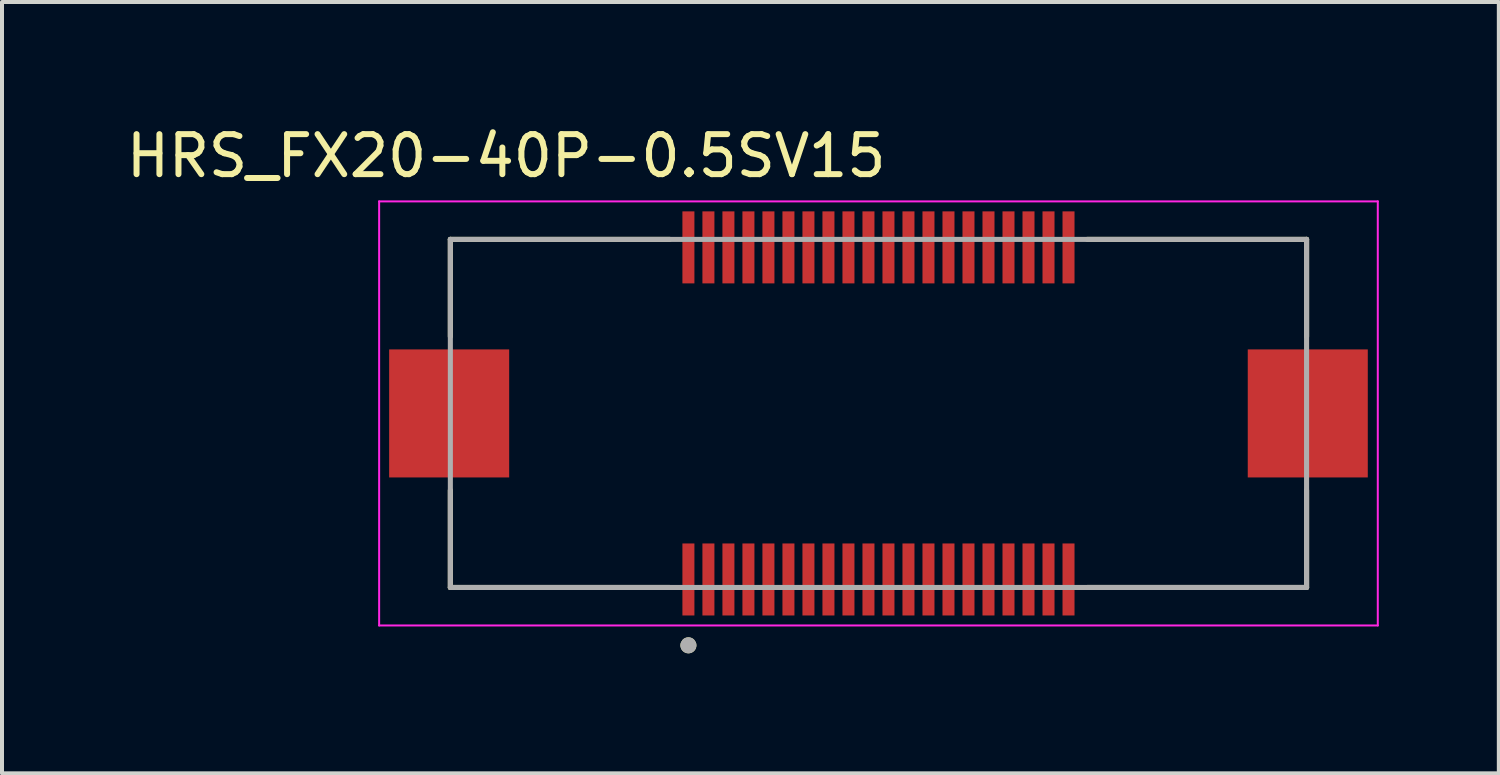
<source format=kicad_pcb>
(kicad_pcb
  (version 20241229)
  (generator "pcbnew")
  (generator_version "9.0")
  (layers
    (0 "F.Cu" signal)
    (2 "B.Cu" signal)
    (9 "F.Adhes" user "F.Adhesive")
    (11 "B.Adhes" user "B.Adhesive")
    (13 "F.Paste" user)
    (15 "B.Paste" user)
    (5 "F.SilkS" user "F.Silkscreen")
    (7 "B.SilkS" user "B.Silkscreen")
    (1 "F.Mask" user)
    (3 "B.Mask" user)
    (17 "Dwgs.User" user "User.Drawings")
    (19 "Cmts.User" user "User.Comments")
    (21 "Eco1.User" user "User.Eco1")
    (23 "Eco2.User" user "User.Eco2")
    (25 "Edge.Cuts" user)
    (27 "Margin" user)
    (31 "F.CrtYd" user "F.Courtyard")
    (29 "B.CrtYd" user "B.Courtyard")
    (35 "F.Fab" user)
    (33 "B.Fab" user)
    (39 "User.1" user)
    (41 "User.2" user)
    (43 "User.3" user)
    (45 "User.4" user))
  (footprint "HRS_FX20-40P-0.5SV15"
    (layer "F.Cu")
    (at 18.906 7.283)
    (property "Reference" "HRS_FX20-40P-0.5SV15" (at -9.305 -6.435 0) (layer "F.SilkS") (effects (font (size 1 1) (thickness 0.15))))
    (attr smd)
    (fp_poly (pts (xy -4.95 -5.1) (xy -4.55 -5.1) (xy -4.55 -3.2) (xy -4.95 -3.2)) (stroke (width 0.01) (type solid)) (fill yes) (layer "F.Mask"))
    (fp_poly (pts (xy -4.95 3.2) (xy -4.55 3.2) (xy -4.55 5.1) (xy -4.95 5.1)) (stroke (width 0.01) (type solid)) (fill yes) (layer "F.Mask"))
    (fp_poly (pts (xy -4.45 -5.1) (xy -4.05 -5.1) (xy -4.05 -3.2) (xy -4.45 -3.2)) (stroke (width 0.01) (type solid)) (fill yes) (layer "F.Mask"))
    (fp_poly (pts (xy -4.45 3.2) (xy -4.05 3.2) (xy -4.05 5.1) (xy -4.45 5.1)) (stroke (width 0.01) (type solid)) (fill yes) (layer "F.Mask"))
    (fp_poly (pts (xy -3.95 -5.1) (xy -3.55 -5.1) (xy -3.55 -3.2) (xy -3.95 -3.2)) (stroke (width 0.01) (type solid)) (fill yes) (layer "F.Mask"))
    (fp_poly (pts (xy -3.95 3.2) (xy -3.55 3.2) (xy -3.55 5.1) (xy -3.95 5.1)) (stroke (width 0.01) (type solid)) (fill yes) (layer "F.Mask"))
    (fp_poly (pts (xy -3.45 -5.1) (xy -3.05 -5.1) (xy -3.05 -3.2) (xy -3.45 -3.2)) (stroke (width 0.01) (type solid)) (fill yes) (layer "F.Mask"))
    (fp_poly (pts (xy -3.45 3.2) (xy -3.05 3.2) (xy -3.05 5.1) (xy -3.45 5.1)) (stroke (width 0.01) (type solid)) (fill yes) (layer "F.Mask"))
    (fp_poly (pts (xy -2.95 -5.1) (xy -2.55 -5.1) (xy -2.55 -3.2) (xy -2.95 -3.2)) (stroke (width 0.01) (type solid)) (fill yes) (layer "F.Mask"))
    (fp_poly (pts (xy -2.95 3.2) (xy -2.55 3.2) (xy -2.55 5.1) (xy -2.95 5.1)) (stroke (width 0.01) (type solid)) (fill yes) (layer "F.Mask"))
    (fp_poly (pts (xy -2.45 -5.1) (xy -2.05 -5.1) (xy -2.05 -3.2) (xy -2.45 -3.2)) (stroke (width 0.01) (type solid)) (fill yes) (layer "F.Mask"))
    (fp_poly (pts (xy -2.45 3.2) (xy -2.05 3.2) (xy -2.05 5.1) (xy -2.45 5.1)) (stroke (width 0.01) (type solid)) (fill yes) (layer "F.Mask"))
    (fp_poly (pts (xy -1.95 -5.1) (xy -1.55 -5.1) (xy -1.55 -3.2) (xy -1.95 -3.2)) (stroke (width 0.01) (type solid)) (fill yes) (layer "F.Mask"))
    (fp_poly (pts (xy -1.95 3.2) (xy -1.55 3.2) (xy -1.55 5.1) (xy -1.95 5.1)) (stroke (width 0.01) (type solid)) (fill yes) (layer "F.Mask"))
    (fp_poly (pts (xy -1.45 -5.1) (xy -1.05 -5.1) (xy -1.05 -3.2) (xy -1.45 -3.2)) (stroke (width 0.01) (type solid)) (fill yes) (layer "F.Mask"))
    (fp_poly (pts (xy -1.45 3.2) (xy -1.05 3.2) (xy -1.05 5.1) (xy -1.45 5.1)) (stroke (width 0.01) (type solid)) (fill yes) (layer "F.Mask"))
    (fp_poly (pts (xy -0.95 -5.1) (xy -0.55 -5.1) (xy -0.55 -3.2) (xy -0.95 -3.2)) (stroke (width 0.01) (type solid)) (fill yes) (layer "F.Mask"))
    (fp_poly (pts (xy -0.95 3.2) (xy -0.55 3.2) (xy -0.55 5.1) (xy -0.95 5.1)) (stroke (width 0.01) (type solid)) (fill yes) (layer "F.Mask"))
    (fp_poly (pts (xy -0.45 -5.1) (xy -0.05 -5.1) (xy -0.05 -3.2) (xy -0.45 -3.2)) (stroke (width 0.01) (type solid)) (fill yes) (layer "F.Mask"))
    (fp_poly (pts (xy -0.45 3.2) (xy -0.05 3.2) (xy -0.05 5.1) (xy -0.45 5.1)) (stroke (width 0.01) (type solid)) (fill yes) (layer "F.Mask"))
    (fp_poly (pts (xy 0.05 -5.1) (xy 0.45 -5.1) (xy 0.45 -3.2) (xy 0.05 -3.2)) (stroke (width 0.01) (type solid)) (fill yes) (layer "F.Mask"))
    (fp_poly (pts (xy 0.05 3.2) (xy 0.45 3.2) (xy 0.45 5.1) (xy 0.05 5.1)) (stroke (width 0.01) (type solid)) (fill yes) (layer "F.Mask"))
    (fp_poly (pts (xy 0.55 -5.1) (xy 0.95 -5.1) (xy 0.95 -3.2) (xy 0.55 -3.2)) (stroke (width 0.01) (type solid)) (fill yes) (layer "F.Mask"))
    (fp_poly (pts (xy 0.55 3.2) (xy 0.95 3.2) (xy 0.95 5.1) (xy 0.55 5.1)) (stroke (width 0.01) (type solid)) (fill yes) (layer "F.Mask"))
    (fp_poly (pts (xy 1.05 -5.1) (xy 1.45 -5.1) (xy 1.45 -3.2) (xy 1.05 -3.2)) (stroke (width 0.01) (type solid)) (fill yes) (layer "F.Mask"))
    (fp_poly (pts (xy 1.05 3.2) (xy 1.45 3.2) (xy 1.45 5.1) (xy 1.05 5.1)) (stroke (width 0.01) (type solid)) (fill yes) (layer "F.Mask"))
    (fp_poly (pts (xy 1.55 -5.1) (xy 1.95 -5.1) (xy 1.95 -3.2) (xy 1.55 -3.2)) (stroke (width 0.01) (type solid)) (fill yes) (layer "F.Mask"))
    (fp_poly (pts (xy 1.55 3.2) (xy 1.95 3.2) (xy 1.95 5.1) (xy 1.55 5.1)) (stroke (width 0.01) (type solid)) (fill yes) (layer "F.Mask"))
    (fp_poly (pts (xy 2.05 -5.1) (xy 2.45 -5.1) (xy 2.45 -3.2) (xy 2.05 -3.2)) (stroke (width 0.01) (type solid)) (fill yes) (layer "F.Mask"))
    (fp_poly (pts (xy 2.05 3.2) (xy 2.45 3.2) (xy 2.45 5.1) (xy 2.05 5.1)) (stroke (width 0.01) (type solid)) (fill yes) (layer "F.Mask"))
    (fp_poly (pts (xy 2.55 -5.1) (xy 2.95 -5.1) (xy 2.95 -3.2) (xy 2.55 -3.2)) (stroke (width 0.01) (type solid)) (fill yes) (layer "F.Mask"))
    (fp_poly (pts (xy 2.55 3.2) (xy 2.95 3.2) (xy 2.95 5.1) (xy 2.55 5.1)) (stroke (width 0.01) (type solid)) (fill yes) (layer "F.Mask"))
    (fp_poly (pts (xy 3.05 -5.1) (xy 3.45 -5.1) (xy 3.45 -3.2) (xy 3.05 -3.2)) (stroke (width 0.01) (type solid)) (fill yes) (layer "F.Mask"))
    (fp_poly (pts (xy 3.05 3.2) (xy 3.45 3.2) (xy 3.45 5.1) (xy 3.05 5.1)) (stroke (width 0.01) (type solid)) (fill yes) (layer "F.Mask"))
    (fp_poly (pts (xy 3.55 -5.1) (xy 3.95 -5.1) (xy 3.95 -3.2) (xy 3.55 -3.2)) (stroke (width 0.01) (type solid)) (fill yes) (layer "F.Mask"))
    (fp_poly (pts (xy 3.55 3.2) (xy 3.95 3.2) (xy 3.95 5.1) (xy 3.55 5.1)) (stroke (width 0.01) (type solid)) (fill yes) (layer "F.Mask"))
    (fp_poly (pts (xy 4.05 -5.1) (xy 4.45 -5.1) (xy 4.45 -3.2) (xy 4.05 -3.2)) (stroke (width 0.01) (type solid)) (fill yes) (layer "F.Mask"))
    (fp_poly (pts (xy 4.05 3.2) (xy 4.45 3.2) (xy 4.45 5.1) (xy 4.05 5.1)) (stroke (width 0.01) (type solid)) (fill yes) (layer "F.Mask"))
    (fp_poly (pts (xy 4.55 -5.1) (xy 4.95 -5.1) (xy 4.95 -3.2) (xy 4.55 -3.2)) (stroke (width 0.01) (type solid)) (fill yes) (layer "F.Mask"))
    (fp_poly (pts (xy 4.55 3.2) (xy 4.95 3.2) (xy 4.95 5.1) (xy 4.55 5.1)) (stroke (width 0.01) (type solid)) (fill yes) (layer "F.Mask"))
    (fp_line (start -10.7 -4.35) (end -5.22 -4.35) (stroke (width 0.127) (type solid)) (layer "F.SilkS"))
    (fp_line (start -10.7 -1.92) (end -10.7 -4.35) (stroke (width 0.127) (type solid)) (layer "F.SilkS"))
    (fp_line (start -10.7 4.35) (end -10.7 1.92) (stroke (width 0.127) (type solid)) (layer "F.SilkS"))
    (fp_line (start -5.22 4.35) (end -10.7 4.35) (stroke (width 0.127) (type solid)) (layer "F.SilkS"))
    (fp_line (start 5.22 -4.35) (end 10.7 -4.35) (stroke (width 0.127) (type solid)) (layer "F.SilkS"))
    (fp_line (start 10.7 -4.35) (end 10.7 -1.92) (stroke (width 0.127) (type solid)) (layer "F.SilkS"))
    (fp_line (start 10.7 4.35) (end 5.22 4.35) (stroke (width 0.127) (type solid)) (layer "F.SilkS"))
    (fp_line (start 10.7 4.35) (end 10.7 1.92) (stroke (width 0.127) (type solid)) (layer "F.SilkS"))
    (fp_circle (center -4.75 5.796) (end -4.65 5.796) (stroke (width 0.2) (type solid)) (fill no) (layer "F.SilkS"))
    (fp_poly (pts (xy -4.875 -5.05) (xy -4.625 -5.05) (xy -4.625 -3.25) (xy -4.875 -3.25)) (stroke (width 0.01) (type solid)) (fill yes) (layer "F.Paste"))
    (fp_poly (pts (xy -4.875 3.25) (xy -4.625 3.25) (xy -4.625 5.05) (xy -4.875 5.05)) (stroke (width 0.01) (type solid)) (fill yes) (layer "F.Paste"))
    (fp_poly (pts (xy -4.375 -5.05) (xy -4.125 -5.05) (xy -4.125 -3.25) (xy -4.375 -3.25)) (stroke (width 0.01) (type solid)) (fill yes) (layer "F.Paste"))
    (fp_poly (pts (xy -4.375 3.25) (xy -4.125 3.25) (xy -4.125 5.05) (xy -4.375 5.05)) (stroke (width 0.01) (type solid)) (fill yes) (layer "F.Paste"))
    (fp_poly (pts (xy -3.875 -5.05) (xy -3.625 -5.05) (xy -3.625 -3.25) (xy -3.875 -3.25)) (stroke (width 0.01) (type solid)) (fill yes) (layer "F.Paste"))
    (fp_poly (pts (xy -3.875 3.25) (xy -3.625 3.25) (xy -3.625 5.05) (xy -3.875 5.05)) (stroke (width 0.01) (type solid)) (fill yes) (layer "F.Paste"))
    (fp_poly (pts (xy -3.375 -5.05) (xy -3.125 -5.05) (xy -3.125 -3.25) (xy -3.375 -3.25)) (stroke (width 0.01) (type solid)) (fill yes) (layer "F.Paste"))
    (fp_poly (pts (xy -3.375 3.25) (xy -3.125 3.25) (xy -3.125 5.05) (xy -3.375 5.05)) (stroke (width 0.01) (type solid)) (fill yes) (layer "F.Paste"))
    (fp_poly (pts (xy -2.875 -5.05) (xy -2.625 -5.05) (xy -2.625 -3.25) (xy -2.875 -3.25)) (stroke (width 0.01) (type solid)) (fill yes) (layer "F.Paste"))
    (fp_poly (pts (xy -2.875 3.25) (xy -2.625 3.25) (xy -2.625 5.05) (xy -2.875 5.05)) (stroke (width 0.01) (type solid)) (fill yes) (layer "F.Paste"))
    (fp_poly (pts (xy -2.375 -5.05) (xy -2.125 -5.05) (xy -2.125 -3.25) (xy -2.375 -3.25)) (stroke (width 0.01) (type solid)) (fill yes) (layer "F.Paste"))
    (fp_poly (pts (xy -2.375 3.25) (xy -2.125 3.25) (xy -2.125 5.05) (xy -2.375 5.05)) (stroke (width 0.01) (type solid)) (fill yes) (layer "F.Paste"))
    (fp_poly (pts (xy -1.875 -5.05) (xy -1.625 -5.05) (xy -1.625 -3.25) (xy -1.875 -3.25)) (stroke (width 0.01) (type solid)) (fill yes) (layer "F.Paste"))
    (fp_poly (pts (xy -1.875 3.25) (xy -1.625 3.25) (xy -1.625 5.05) (xy -1.875 5.05)) (stroke (width 0.01) (type solid)) (fill yes) (layer "F.Paste"))
    (fp_poly (pts (xy -1.375 -5.05) (xy -1.125 -5.05) (xy -1.125 -3.25) (xy -1.375 -3.25)) (stroke (width 0.01) (type solid)) (fill yes) (layer "F.Paste"))
    (fp_poly (pts (xy -1.375 3.25) (xy -1.125 3.25) (xy -1.125 5.05) (xy -1.375 5.05)) (stroke (width 0.01) (type solid)) (fill yes) (layer "F.Paste"))
    (fp_poly (pts (xy -0.875 -5.05) (xy -0.625 -5.05) (xy -0.625 -3.25) (xy -0.875 -3.25)) (stroke (width 0.01) (type solid)) (fill yes) (layer "F.Paste"))
    (fp_poly (pts (xy -0.875 3.25) (xy -0.625 3.25) (xy -0.625 5.05) (xy -0.875 5.05)) (stroke (width 0.01) (type solid)) (fill yes) (layer "F.Paste"))
    (fp_poly (pts (xy -0.375 -5.05) (xy -0.125 -5.05) (xy -0.125 -3.25) (xy -0.375 -3.25)) (stroke (width 0.01) (type solid)) (fill yes) (layer "F.Paste"))
    (fp_poly (pts (xy -0.375 3.25) (xy -0.125 3.25) (xy -0.125 5.05) (xy -0.375 5.05)) (stroke (width 0.01) (type solid)) (fill yes) (layer "F.Paste"))
    (fp_poly (pts (xy 0.125 -5.05) (xy 0.375 -5.05) (xy 0.375 -3.25) (xy 0.125 -3.25)) (stroke (width 0.01) (type solid)) (fill yes) (layer "F.Paste"))
    (fp_poly (pts (xy 0.125 3.25) (xy 0.375 3.25) (xy 0.375 5.05) (xy 0.125 5.05)) (stroke (width 0.01) (type solid)) (fill yes) (layer "F.Paste"))
    (fp_poly (pts (xy 0.625 -5.05) (xy 0.875 -5.05) (xy 0.875 -3.25) (xy 0.625 -3.25)) (stroke (width 0.01) (type solid)) (fill yes) (layer "F.Paste"))
    (fp_poly (pts (xy 0.625 3.25) (xy 0.875 3.25) (xy 0.875 5.05) (xy 0.625 5.05)) (stroke (width 0.01) (type solid)) (fill yes) (layer "F.Paste"))
    (fp_poly (pts (xy 1.125 -5.05) (xy 1.375 -5.05) (xy 1.375 -3.25) (xy 1.125 -3.25)) (stroke (width 0.01) (type solid)) (fill yes) (layer "F.Paste"))
    (fp_poly (pts (xy 1.125 3.25) (xy 1.375 3.25) (xy 1.375 5.05) (xy 1.125 5.05)) (stroke (width 0.01) (type solid)) (fill yes) (layer "F.Paste"))
    (fp_poly (pts (xy 1.625 -5.05) (xy 1.875 -5.05) (xy 1.875 -3.25) (xy 1.625 -3.25)) (stroke (width 0.01) (type solid)) (fill yes) (layer "F.Paste"))
    (fp_poly (pts (xy 1.625 3.25) (xy 1.875 3.25) (xy 1.875 5.05) (xy 1.625 5.05)) (stroke (width 0.01) (type solid)) (fill yes) (layer "F.Paste"))
    (fp_poly (pts (xy 2.125 -5.05) (xy 2.375 -5.05) (xy 2.375 -3.25) (xy 2.125 -3.25)) (stroke (width 0.01) (type solid)) (fill yes) (layer "F.Paste"))
    (fp_poly (pts (xy 2.125 3.25) (xy 2.375 3.25) (xy 2.375 5.05) (xy 2.125 5.05)) (stroke (width 0.01) (type solid)) (fill yes) (layer "F.Paste"))
    (fp_poly (pts (xy 2.625 -5.05) (xy 2.875 -5.05) (xy 2.875 -3.25) (xy 2.625 -3.25)) (stroke (width 0.01) (type solid)) (fill yes) (layer "F.Paste"))
    (fp_poly (pts (xy 2.625 3.25) (xy 2.875 3.25) (xy 2.875 5.05) (xy 2.625 5.05)) (stroke (width 0.01) (type solid)) (fill yes) (layer "F.Paste"))
    (fp_poly (pts (xy 3.125 -5.05) (xy 3.375 -5.05) (xy 3.375 -3.25) (xy 3.125 -3.25)) (stroke (width 0.01) (type solid)) (fill yes) (layer "F.Paste"))
    (fp_poly (pts (xy 3.125 3.25) (xy 3.375 3.25) (xy 3.375 5.05) (xy 3.125 5.05)) (stroke (width 0.01) (type solid)) (fill yes) (layer "F.Paste"))
    (fp_poly (pts (xy 3.625 -5.05) (xy 3.875 -5.05) (xy 3.875 -3.25) (xy 3.625 -3.25)) (stroke (width 0.01) (type solid)) (fill yes) (layer "F.Paste"))
    (fp_poly (pts (xy 3.625 3.25) (xy 3.875 3.25) (xy 3.875 5.05) (xy 3.625 5.05)) (stroke (width 0.01) (type solid)) (fill yes) (layer "F.Paste"))
    (fp_poly (pts (xy 4.125 -5.05) (xy 4.375 -5.05) (xy 4.375 -3.25) (xy 4.125 -3.25)) (stroke (width 0.01) (type solid)) (fill yes) (layer "F.Paste"))
    (fp_poly (pts (xy 4.125 3.25) (xy 4.375 3.25) (xy 4.375 5.05) (xy 4.125 5.05)) (stroke (width 0.01) (type solid)) (fill yes) (layer "F.Paste"))
    (fp_poly (pts (xy 4.625 -5.05) (xy 4.875 -5.05) (xy 4.875 -3.25) (xy 4.625 -3.25)) (stroke (width 0.01) (type solid)) (fill yes) (layer "F.Paste"))
    (fp_poly (pts (xy 4.625 3.25) (xy 4.875 3.25) (xy 4.875 5.05) (xy 4.625 5.05)) (stroke (width 0.01) (type solid)) (fill yes) (layer "F.Paste"))
    (fp_line (start -12.48 -5.3) (end -12.48 5.3) (stroke (width 0.05) (type solid)) (layer "F.CrtYd"))
    (fp_line (start -12.48 5.3) (end 12.48 5.3) (stroke (width 0.05) (type solid)) (layer "F.CrtYd"))
    (fp_line (start 12.48 -5.3) (end -12.48 -5.3) (stroke (width 0.05) (type solid)) (layer "F.CrtYd"))
    (fp_line (start 12.48 5.3) (end 12.48 -5.3) (stroke (width 0.05) (type solid)) (layer "F.CrtYd"))
    (fp_line (start -10.7 -4.35) (end 10.7 -4.35) (stroke (width 0.127) (type solid)) (layer "F.Fab"))
    (fp_line (start -10.7 4.35) (end -10.7 -4.35) (stroke (width 0.127) (type solid)) (layer "F.Fab"))
    (fp_line (start 10.7 -4.35) (end 10.7 4.35) (stroke (width 0.127) (type solid)) (layer "F.Fab"))
    (fp_line (start 10.7 4.35) (end -10.7 4.35) (stroke (width 0.127) (type solid)) (layer "F.Fab"))
    (fp_circle (center -4.75 5.796) (end -4.65 5.796) (stroke (width 0.2) (type solid)) (fill no) (layer "F.Fab"))
    (pad "1" smd rect (at -4.75 4.15) (size 0.3 1.8) (layers "F.Cu"))
    (pad "2" smd rect (at -4.25 4.15) (size 0.3 1.8) (layers "F.Cu"))
    (pad "3" smd rect (at -3.75 4.15) (size 0.3 1.8) (layers "F.Cu"))
    (pad "4" smd rect (at -3.25 4.15) (size 0.3 1.8) (layers "F.Cu"))
    (pad "5" smd rect (at -2.75 4.15) (size 0.3 1.8) (layers "F.Cu"))
    (pad "6" smd rect (at -2.25 4.15) (size 0.3 1.8) (layers "F.Cu"))
    (pad "7" smd rect (at -1.75 4.15) (size 0.3 1.8) (layers "F.Cu"))
    (pad "8" smd rect (at -1.25 4.15) (size 0.3 1.8) (layers "F.Cu"))
    (pad "9" smd rect (at -0.75 4.15) (size 0.3 1.8) (layers "F.Cu"))
    (pad "10" smd rect (at -0.25 4.15) (size 0.3 1.8) (layers "F.Cu"))
    (pad "11" smd rect (at 0.25 4.15) (size 0.3 1.8) (layers "F.Cu"))
    (pad "12" smd rect (at 0.75 4.15) (size 0.3 1.8) (layers "F.Cu"))
    (pad "13" smd rect (at 1.25 4.15) (size 0.3 1.8) (layers "F.Cu"))
    (pad "14" smd rect (at 1.75 4.15) (size 0.3 1.8) (layers "F.Cu"))
    (pad "15" smd rect (at 2.25 4.15) (size 0.3 1.8) (layers "F.Cu"))
    (pad "16" smd rect (at 2.75 4.15) (size 0.3 1.8) (layers "F.Cu"))
    (pad "17" smd rect (at 3.25 4.15) (size 0.3 1.8) (layers "F.Cu"))
    (pad "18" smd rect (at 3.75 4.15) (size 0.3 1.8) (layers "F.Cu"))
    (pad "19" smd rect (at 4.25 4.15) (size 0.3 1.8) (layers "F.Cu"))
    (pad "20" smd rect (at 4.75 4.15) (size 0.3 1.8) (layers "F.Cu"))
    (pad "21" smd rect (at -4.75 -4.15) (size 0.3 1.8) (layers "F.Cu"))
    (pad "22" smd rect (at -4.25 -4.15) (size 0.3 1.8) (layers "F.Cu"))
    (pad "23" smd rect (at -3.75 -4.15) (size 0.3 1.8) (layers "F.Cu"))
    (pad "24" smd rect (at -3.25 -4.15) (size 0.3 1.8) (layers "F.Cu"))
    (pad "25" smd rect (at -2.75 -4.15) (size 0.3 1.8) (layers "F.Cu"))
    (pad "26" smd rect (at -2.25 -4.15) (size 0.3 1.8) (layers "F.Cu"))
    (pad "27" smd rect (at -1.75 -4.15) (size 0.3 1.8) (layers "F.Cu"))
    (pad "28" smd rect (at -1.25 -4.15) (size 0.3 1.8) (layers "F.Cu"))
    (pad "29" smd rect (at -0.75 -4.15) (size 0.3 1.8) (layers "F.Cu"))
    (pad "30" smd rect (at -0.25 -4.15) (size 0.3 1.8) (layers "F.Cu"))
    (pad "31" smd rect (at 0.25 -4.15) (size 0.3 1.8) (layers "F.Cu"))
    (pad "32" smd rect (at 0.75 -4.15) (size 0.3 1.8) (layers "F.Cu"))
    (pad "33" smd rect (at 1.25 -4.15) (size 0.3 1.8) (layers "F.Cu"))
    (pad "34" smd rect (at 1.75 -4.15) (size 0.3 1.8) (layers "F.Cu"))
    (pad "35" smd rect (at 2.25 -4.15) (size 0.3 1.8) (layers "F.Cu"))
    (pad "36" smd rect (at 2.75 -4.15) (size 0.3 1.8) (layers "F.Cu"))
    (pad "37" smd rect (at 3.25 -4.15) (size 0.3 1.8) (layers "F.Cu"))
    (pad "38" smd rect (at 3.75 -4.15) (size 0.3 1.8) (layers "F.Cu"))
    (pad "39" smd rect (at 4.25 -4.15) (size 0.3 1.8) (layers "F.Cu"))
    (pad "40" smd rect (at 4.75 -4.15) (size 0.3 1.8) (layers "F.Cu"))
    (pad "S1" smd rect (at -10.73 0) (size 3 3.2) (layers "F.Cu" "F.Mask" "F.Paste"))
    (pad "S2" smd rect (at 10.73 0) (size 3 3.2) (layers "F.Cu" "F.Mask" "F.Paste")))
  (gr_rect
    (start -3 -3)
    (end 34.411 16.279)
    (stroke (width 0.1) (type default))
    (fill no)
    (layer "Edge.Cuts")))
</source>
